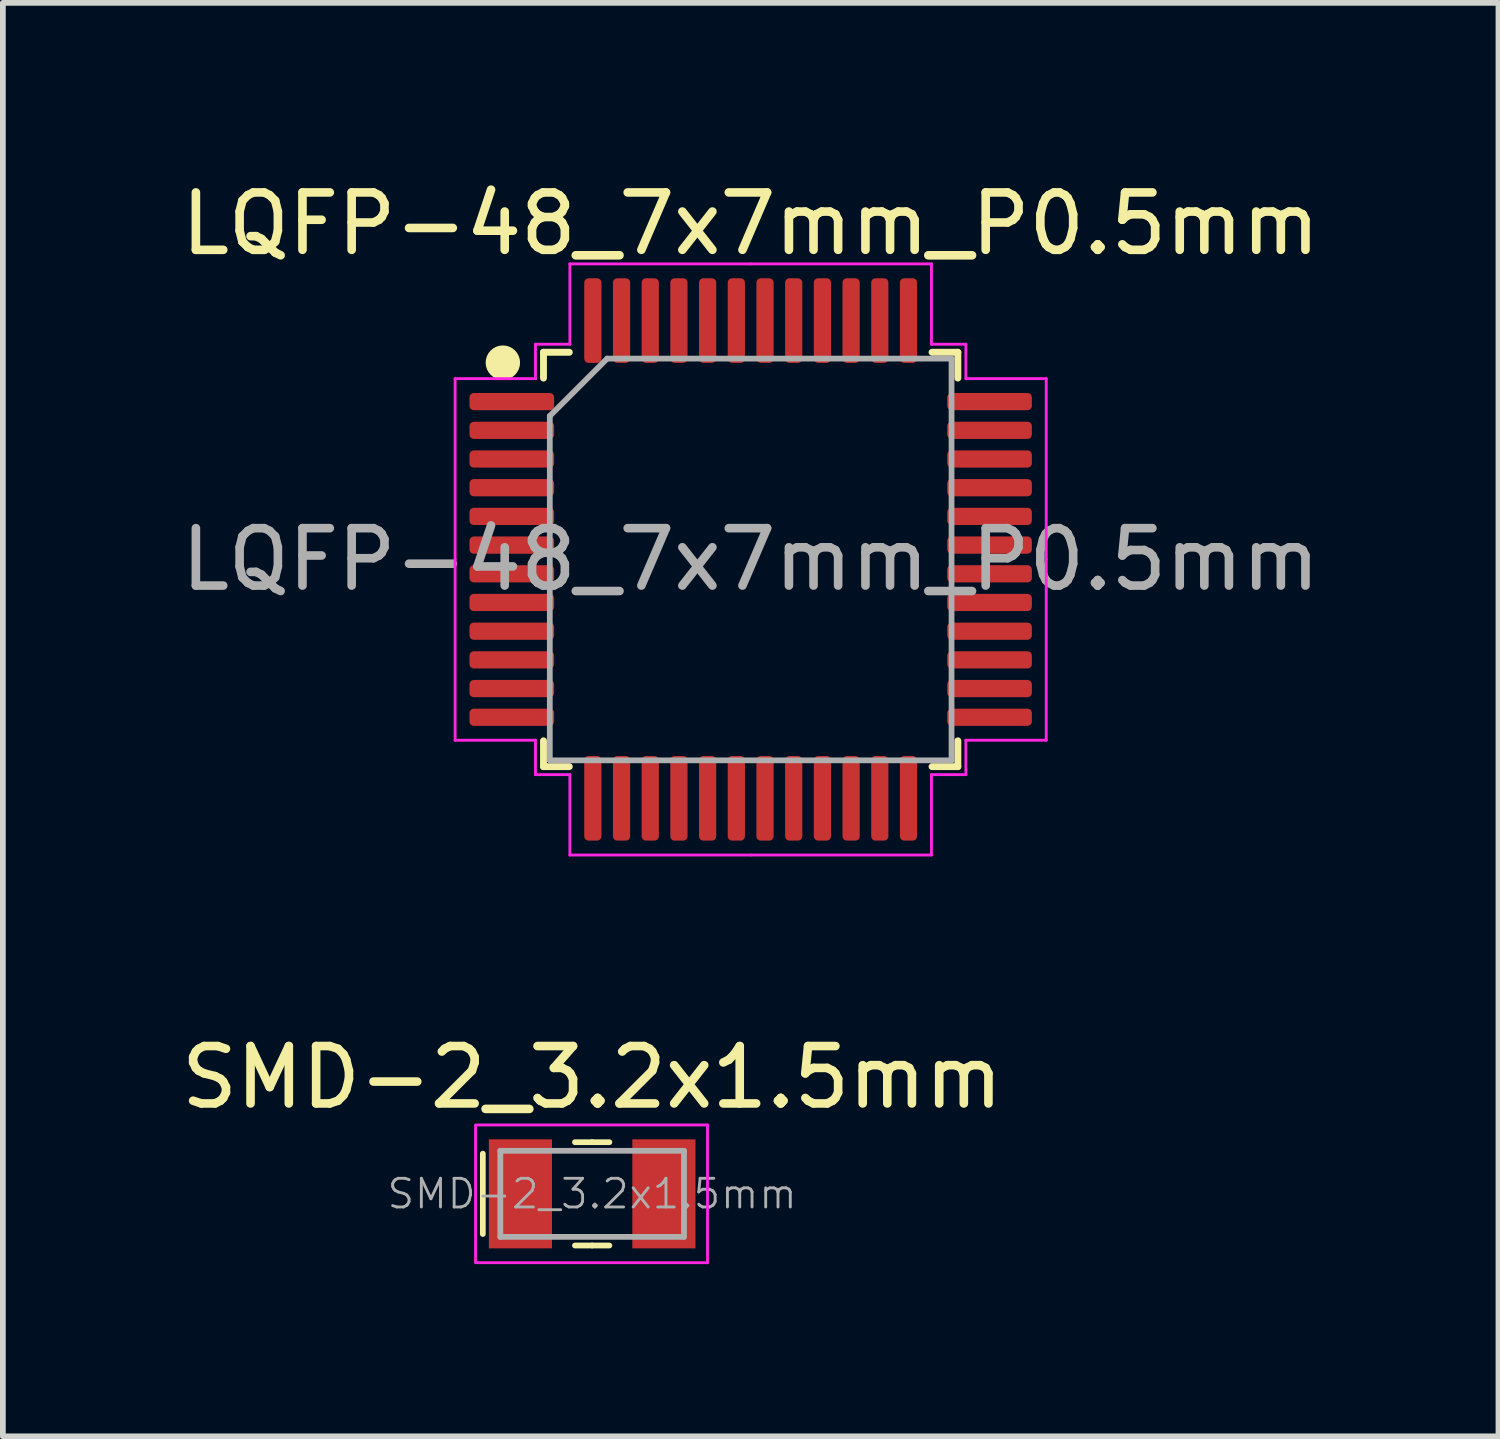
<source format=kicad_pcb>
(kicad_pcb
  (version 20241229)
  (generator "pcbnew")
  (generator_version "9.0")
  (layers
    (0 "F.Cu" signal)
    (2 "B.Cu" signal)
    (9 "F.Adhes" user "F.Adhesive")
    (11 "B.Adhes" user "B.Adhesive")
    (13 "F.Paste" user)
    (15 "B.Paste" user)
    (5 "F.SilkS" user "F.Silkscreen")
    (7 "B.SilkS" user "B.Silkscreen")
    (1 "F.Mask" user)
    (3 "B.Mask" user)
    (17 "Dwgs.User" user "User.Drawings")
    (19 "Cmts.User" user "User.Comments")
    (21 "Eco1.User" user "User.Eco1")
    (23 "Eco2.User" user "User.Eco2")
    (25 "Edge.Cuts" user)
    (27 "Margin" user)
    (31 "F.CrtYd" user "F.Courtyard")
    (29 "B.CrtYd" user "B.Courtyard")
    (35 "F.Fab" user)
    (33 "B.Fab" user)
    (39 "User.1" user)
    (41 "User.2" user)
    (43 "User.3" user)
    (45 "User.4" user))
  (footprint "SMD-2_3.2x1.5mm"
    (layer "F.Cu")
    (at 7.268 17.752)
    (property "Reference" "SMD-2_3.2x1.5mm" (at 0 -2.03 0) (layer "F.SilkS") (effects (font (size 1 1) (thickness 0.15))))
    (attr smd)
    (fp_line (start -1.905 -0.7) (end -1.905 0.7) (stroke (width 0.1) (type solid)) (layer "F.SilkS"))
    (fp_line (start 0 -0.9) (end -0.3 -0.9) (stroke (width 0.1) (type solid)) (layer "F.SilkS"))
    (fp_line (start 0 -0.9) (end 0.3 -0.9) (stroke (width 0.1) (type solid)) (layer "F.SilkS"))
    (fp_line (start 0 0.9) (end -0.3 0.9) (stroke (width 0.1) (type solid)) (layer "F.SilkS"))
    (fp_line (start 0 0.9) (end 0.3 0.9) (stroke (width 0.1) (type solid)) (layer "F.SilkS"))
    (fp_line (start -2.032 1.2) (end -2.032 -1.2) (stroke (width 0.05) (type solid)) (layer "F.CrtYd"))
    (fp_line (start -2.01 -1.2) (end 2.01 -1.2) (stroke (width 0.05) (type solid)) (layer "F.CrtYd"))
    (fp_line (start -2.01 1.2) (end 2.01 1.2) (stroke (width 0.05) (type solid)) (layer "F.CrtYd"))
    (fp_line (start 2.01 1.2) (end 2.01 -1.2) (stroke (width 0.05) (type solid)) (layer "F.CrtYd"))
    (fp_line (start -1.6 -0.75) (end 1.6 -0.75) (stroke (width 0.1) (type solid)) (layer "F.Fab"))
    (fp_line (start -1.6 0.75) (end -1.6 -0.75) (stroke (width 0.1) (type solid)) (layer "F.Fab"))
    (fp_line (start -1.6 0.75) (end 1.6 0.75) (stroke (width 0.1) (type solid)) (layer "F.Fab"))
    (fp_line (start 1.6 0.75) (end 1.6 -0.75) (stroke (width 0.1) (type solid)) (layer "F.Fab"))
    (fp_text user "${REFERENCE}" (at 0 0 0) (layer "F.Fab") (effects (font (size 0.5 0.5) (thickness 0.05))))
    (pad "1" smd rect (at -1.25 0) (size 1.1 1.9) (layers "F.Cu" "F.Mask" "F.Paste"))
    (pad "2" smd rect (at 1.25 0) (size 1.1 1.9) (layers "F.Cu" "F.Mask" "F.Paste")))
  (footprint "LQFP-48_7x7mm_P0.5mm"
    (layer "F.Cu")
    (at 10.03 6.698)
    (property "Reference" "LQFP-48_7x7mm_P0.5mm" (at 0 -5.85 0) (layer "F.SilkS") (effects (font (size 1 1) (thickness 0.15))))
    (attr smd)
    (fp_line (start -3.61 -3.61) (end -3.61 -3.16) (stroke (width 0.12) (type solid)) (layer "F.SilkS"))
    (fp_line (start -3.61 3.61) (end -3.61 3.16) (stroke (width 0.12) (type solid)) (layer "F.SilkS"))
    (fp_line (start -3.16 -3.61) (end -3.61 -3.61) (stroke (width 0.12) (type solid)) (layer "F.SilkS"))
    (fp_line (start -3.16 3.61) (end -3.61 3.61) (stroke (width 0.12) (type solid)) (layer "F.SilkS"))
    (fp_line (start 3.16 -3.61) (end 3.61 -3.61) (stroke (width 0.12) (type solid)) (layer "F.SilkS"))
    (fp_line (start 3.16 3.61) (end 3.61 3.61) (stroke (width 0.12) (type solid)) (layer "F.SilkS"))
    (fp_line (start 3.61 -3.61) (end 3.61 -3.16) (stroke (width 0.12) (type solid)) (layer "F.SilkS"))
    (fp_line (start 3.61 3.61) (end 3.61 3.16) (stroke (width 0.12) (type solid)) (layer "F.SilkS"))
    (fp_circle (center -4.318 -3.429) (end -4.168 -3.429) (stroke (width 0.3) (type solid)) (fill no) (layer "F.SilkS"))
    (fp_line (start -5.15 -3.15) (end -5.15 0) (stroke (width 0.05) (type solid)) (layer "F.CrtYd"))
    (fp_line (start -5.15 3.15) (end -5.15 0) (stroke (width 0.05) (type solid)) (layer "F.CrtYd"))
    (fp_line (start -3.75 -3.75) (end -3.75 -3.15) (stroke (width 0.05) (type solid)) (layer "F.CrtYd"))
    (fp_line (start -3.75 -3.15) (end -5.15 -3.15) (stroke (width 0.05) (type solid)) (layer "F.CrtYd"))
    (fp_line (start -3.75 3.15) (end -5.15 3.15) (stroke (width 0.05) (type solid)) (layer "F.CrtYd"))
    (fp_line (start -3.75 3.75) (end -3.75 3.15) (stroke (width 0.05) (type solid)) (layer "F.CrtYd"))
    (fp_line (start -3.15 -5.15) (end -3.15 -3.75) (stroke (width 0.05) (type solid)) (layer "F.CrtYd"))
    (fp_line (start -3.15 -3.75) (end -3.75 -3.75) (stroke (width 0.05) (type solid)) (layer "F.CrtYd"))
    (fp_line (start -3.15 3.75) (end -3.75 3.75) (stroke (width 0.05) (type solid)) (layer "F.CrtYd"))
    (fp_line (start -3.15 5.15) (end -3.15 3.75) (stroke (width 0.05) (type solid)) (layer "F.CrtYd"))
    (fp_line (start 0 -5.15) (end -3.15 -5.15) (stroke (width 0.05) (type solid)) (layer "F.CrtYd"))
    (fp_line (start 0 -5.15) (end 3.15 -5.15) (stroke (width 0.05) (type solid)) (layer "F.CrtYd"))
    (fp_line (start 0 5.15) (end -3.15 5.15) (stroke (width 0.05) (type solid)) (layer "F.CrtYd"))
    (fp_line (start 0 5.15) (end 3.15 5.15) (stroke (width 0.05) (type solid)) (layer "F.CrtYd"))
    (fp_line (start 3.15 -5.15) (end 3.15 -3.75) (stroke (width 0.05) (type solid)) (layer "F.CrtYd"))
    (fp_line (start 3.15 -3.75) (end 3.75 -3.75) (stroke (width 0.05) (type solid)) (layer "F.CrtYd"))
    (fp_line (start 3.15 3.75) (end 3.75 3.75) (stroke (width 0.05) (type solid)) (layer "F.CrtYd"))
    (fp_line (start 3.15 5.15) (end 3.15 3.75) (stroke (width 0.05) (type solid)) (layer "F.CrtYd"))
    (fp_line (start 3.75 -3.75) (end 3.75 -3.15) (stroke (width 0.05) (type solid)) (layer "F.CrtYd"))
    (fp_line (start 3.75 -3.15) (end 5.15 -3.15) (stroke (width 0.05) (type solid)) (layer "F.CrtYd"))
    (fp_line (start 3.75 3.15) (end 5.15 3.15) (stroke (width 0.05) (type solid)) (layer "F.CrtYd"))
    (fp_line (start 3.75 3.75) (end 3.75 3.15) (stroke (width 0.05) (type solid)) (layer "F.CrtYd"))
    (fp_line (start 5.15 -3.15) (end 5.15 0) (stroke (width 0.05) (type solid)) (layer "F.CrtYd"))
    (fp_line (start 5.15 3.15) (end 5.15 0) (stroke (width 0.05) (type solid)) (layer "F.CrtYd"))
    (fp_line (start -3.5 -2.5) (end -2.5 -3.5) (stroke (width 0.1) (type solid)) (layer "F.Fab"))
    (fp_line (start -3.5 3.5) (end -3.5 -2.5) (stroke (width 0.1) (type solid)) (layer "F.Fab"))
    (fp_line (start -2.5 -3.5) (end 3.5 -3.5) (stroke (width 0.1) (type solid)) (layer "F.Fab"))
    (fp_line (start 3.5 -3.5) (end 3.5 3.5) (stroke (width 0.1) (type solid)) (layer "F.Fab"))
    (fp_line (start 3.5 3.5) (end -3.5 3.5) (stroke (width 0.1) (type solid)) (layer "F.Fab"))
    (fp_text user "${REFERENCE}" (at 0 0 0) (layer "F.Fab") (effects (font (size 1 1) (thickness 0.15))))
    (pad "1" smd roundrect (at -4.162 -2.75) (size 1.475 0.3) (layers "F.Cu" "F.Mask" "F.Paste") (roundrect_rratio 0.25))
    (pad "2" smd roundrect (at -4.162 -2.25) (size 1.475 0.3) (layers "F.Cu" "F.Mask" "F.Paste") (roundrect_rratio 0.25))
    (pad "3" smd roundrect (at -4.162 -1.75) (size 1.475 0.3) (layers "F.Cu" "F.Mask" "F.Paste") (roundrect_rratio 0.25))
    (pad "4" smd roundrect (at -4.162 -1.25) (size 1.475 0.3) (layers "F.Cu" "F.Mask" "F.Paste") (roundrect_rratio 0.25))
    (pad "5" smd roundrect (at -4.162 -0.75) (size 1.475 0.3) (layers "F.Cu" "F.Mask" "F.Paste") (roundrect_rratio 0.25))
    (pad "6" smd roundrect (at -4.162 -0.25) (size 1.475 0.3) (layers "F.Cu" "F.Mask" "F.Paste") (roundrect_rratio 0.25))
    (pad "7" smd roundrect (at -4.162 0.25) (size 1.475 0.3) (layers "F.Cu" "F.Mask" "F.Paste") (roundrect_rratio 0.25))
    (pad "8" smd roundrect (at -4.162 0.75) (size 1.475 0.3) (layers "F.Cu" "F.Mask" "F.Paste") (roundrect_rratio 0.25))
    (pad "9" smd roundrect (at -4.162 1.25) (size 1.475 0.3) (layers "F.Cu" "F.Mask" "F.Paste") (roundrect_rratio 0.25))
    (pad "10" smd roundrect (at -4.162 1.75) (size 1.475 0.3) (layers "F.Cu" "F.Mask" "F.Paste") (roundrect_rratio 0.25))
    (pad "11" smd roundrect (at -4.162 2.25) (size 1.475 0.3) (layers "F.Cu" "F.Mask" "F.Paste") (roundrect_rratio 0.25))
    (pad "12" smd roundrect (at -4.162 2.75) (size 1.475 0.3) (layers "F.Cu" "F.Mask" "F.Paste") (roundrect_rratio 0.25))
    (pad "13" smd roundrect (at -2.75 4.162) (size 0.3 1.475) (layers "F.Cu" "F.Mask" "F.Paste") (roundrect_rratio 0.25))
    (pad "14" smd roundrect (at -2.25 4.162) (size 0.3 1.475) (layers "F.Cu" "F.Mask" "F.Paste") (roundrect_rratio 0.25))
    (pad "15" smd roundrect (at -1.75 4.162) (size 0.3 1.475) (layers "F.Cu" "F.Mask" "F.Paste") (roundrect_rratio 0.25))
    (pad "16" smd roundrect (at -1.25 4.162) (size 0.3 1.475) (layers "F.Cu" "F.Mask" "F.Paste") (roundrect_rratio 0.25))
    (pad "17" smd roundrect (at -0.75 4.162) (size 0.3 1.475) (layers "F.Cu" "F.Mask" "F.Paste") (roundrect_rratio 0.25))
    (pad "18" smd roundrect (at -0.25 4.162) (size 0.3 1.475) (layers "F.Cu" "F.Mask" "F.Paste") (roundrect_rratio 0.25))
    (pad "19" smd roundrect (at 0.25 4.162) (size 0.3 1.475) (layers "F.Cu" "F.Mask" "F.Paste") (roundrect_rratio 0.25))
    (pad "20" smd roundrect (at 0.75 4.162) (size 0.3 1.475) (layers "F.Cu" "F.Mask" "F.Paste") (roundrect_rratio 0.25))
    (pad "21" smd roundrect (at 1.25 4.162) (size 0.3 1.475) (layers "F.Cu" "F.Mask" "F.Paste") (roundrect_rratio 0.25))
    (pad "22" smd roundrect (at 1.75 4.162) (size 0.3 1.475) (layers "F.Cu" "F.Mask" "F.Paste") (roundrect_rratio 0.25))
    (pad "23" smd roundrect (at 2.25 4.162) (size 0.3 1.475) (layers "F.Cu" "F.Mask" "F.Paste") (roundrect_rratio 0.25))
    (pad "24" smd roundrect (at 2.75 4.162) (size 0.3 1.475) (layers "F.Cu" "F.Mask" "F.Paste") (roundrect_rratio 0.25))
    (pad "25" smd roundrect (at 4.162 2.75) (size 1.475 0.3) (layers "F.Cu" "F.Mask" "F.Paste") (roundrect_rratio 0.25))
    (pad "26" smd roundrect (at 4.162 2.25) (size 1.475 0.3) (layers "F.Cu" "F.Mask" "F.Paste") (roundrect_rratio 0.25))
    (pad "27" smd roundrect (at 4.162 1.75) (size 1.475 0.3) (layers "F.Cu" "F.Mask" "F.Paste") (roundrect_rratio 0.25))
    (pad "28" smd roundrect (at 4.162 1.25) (size 1.475 0.3) (layers "F.Cu" "F.Mask" "F.Paste") (roundrect_rratio 0.25))
    (pad "29" smd roundrect (at 4.162 0.75) (size 1.475 0.3) (layers "F.Cu" "F.Mask" "F.Paste") (roundrect_rratio 0.25))
    (pad "30" smd roundrect (at 4.162 0.25) (size 1.475 0.3) (layers "F.Cu" "F.Mask" "F.Paste") (roundrect_rratio 0.25))
    (pad "31" smd roundrect (at 4.162 -0.25) (size 1.475 0.3) (layers "F.Cu" "F.Mask" "F.Paste") (roundrect_rratio 0.25))
    (pad "32" smd roundrect (at 4.162 -0.75) (size 1.475 0.3) (layers "F.Cu" "F.Mask" "F.Paste") (roundrect_rratio 0.25))
    (pad "33" smd roundrect (at 4.162 -1.25) (size 1.475 0.3) (layers "F.Cu" "F.Mask" "F.Paste") (roundrect_rratio 0.25))
    (pad "34" smd roundrect (at 4.162 -1.75) (size 1.475 0.3) (layers "F.Cu" "F.Mask" "F.Paste") (roundrect_rratio 0.25))
    (pad "35" smd roundrect (at 4.162 -2.25) (size 1.475 0.3) (layers "F.Cu" "F.Mask" "F.Paste") (roundrect_rratio 0.25))
    (pad "36" smd roundrect (at 4.162 -2.75) (size 1.475 0.3) (layers "F.Cu" "F.Mask" "F.Paste") (roundrect_rratio 0.25))
    (pad "37" smd roundrect (at 2.75 -4.162) (size 0.3 1.475) (layers "F.Cu" "F.Mask" "F.Paste") (roundrect_rratio 0.25))
    (pad "38" smd roundrect (at 2.25 -4.162) (size 0.3 1.475) (layers "F.Cu" "F.Mask" "F.Paste") (roundrect_rratio 0.25))
    (pad "39" smd roundrect (at 1.75 -4.162) (size 0.3 1.475) (layers "F.Cu" "F.Mask" "F.Paste") (roundrect_rratio 0.25))
    (pad "40" smd roundrect (at 1.25 -4.162) (size 0.3 1.475) (layers "F.Cu" "F.Mask" "F.Paste") (roundrect_rratio 0.25))
    (pad "41" smd roundrect (at 0.75 -4.162) (size 0.3 1.475) (layers "F.Cu" "F.Mask" "F.Paste") (roundrect_rratio 0.25))
    (pad "42" smd roundrect (at 0.25 -4.162) (size 0.3 1.475) (layers "F.Cu" "F.Mask" "F.Paste") (roundrect_rratio 0.25))
    (pad "43" smd roundrect (at -0.25 -4.162) (size 0.3 1.475) (layers "F.Cu" "F.Mask" "F.Paste") (roundrect_rratio 0.25))
    (pad "44" smd roundrect (at -0.75 -4.162) (size 0.3 1.475) (layers "F.Cu" "F.Mask" "F.Paste") (roundrect_rratio 0.25))
    (pad "45" smd roundrect (at -1.25 -4.162) (size 0.3 1.475) (layers "F.Cu" "F.Mask" "F.Paste") (roundrect_rratio 0.25))
    (pad "46" smd roundrect (at -1.75 -4.162) (size 0.3 1.475) (layers "F.Cu" "F.Mask" "F.Paste") (roundrect_rratio 0.25))
    (pad "47" smd roundrect (at -2.25 -4.162) (size 0.3 1.475) (layers "F.Cu" "F.Mask" "F.Paste") (roundrect_rratio 0.25))
    (pad "48" smd roundrect (at -2.75 -4.162) (size 0.3 1.475) (layers "F.Cu" "F.Mask" "F.Paste") (roundrect_rratio 0.25)))
  (gr_rect
    (start -3 -3)
    (end 23.06 21.977)
    (stroke (width 0.1) (type default))
    (fill no)
    (layer "Edge.Cuts")))
</source>
